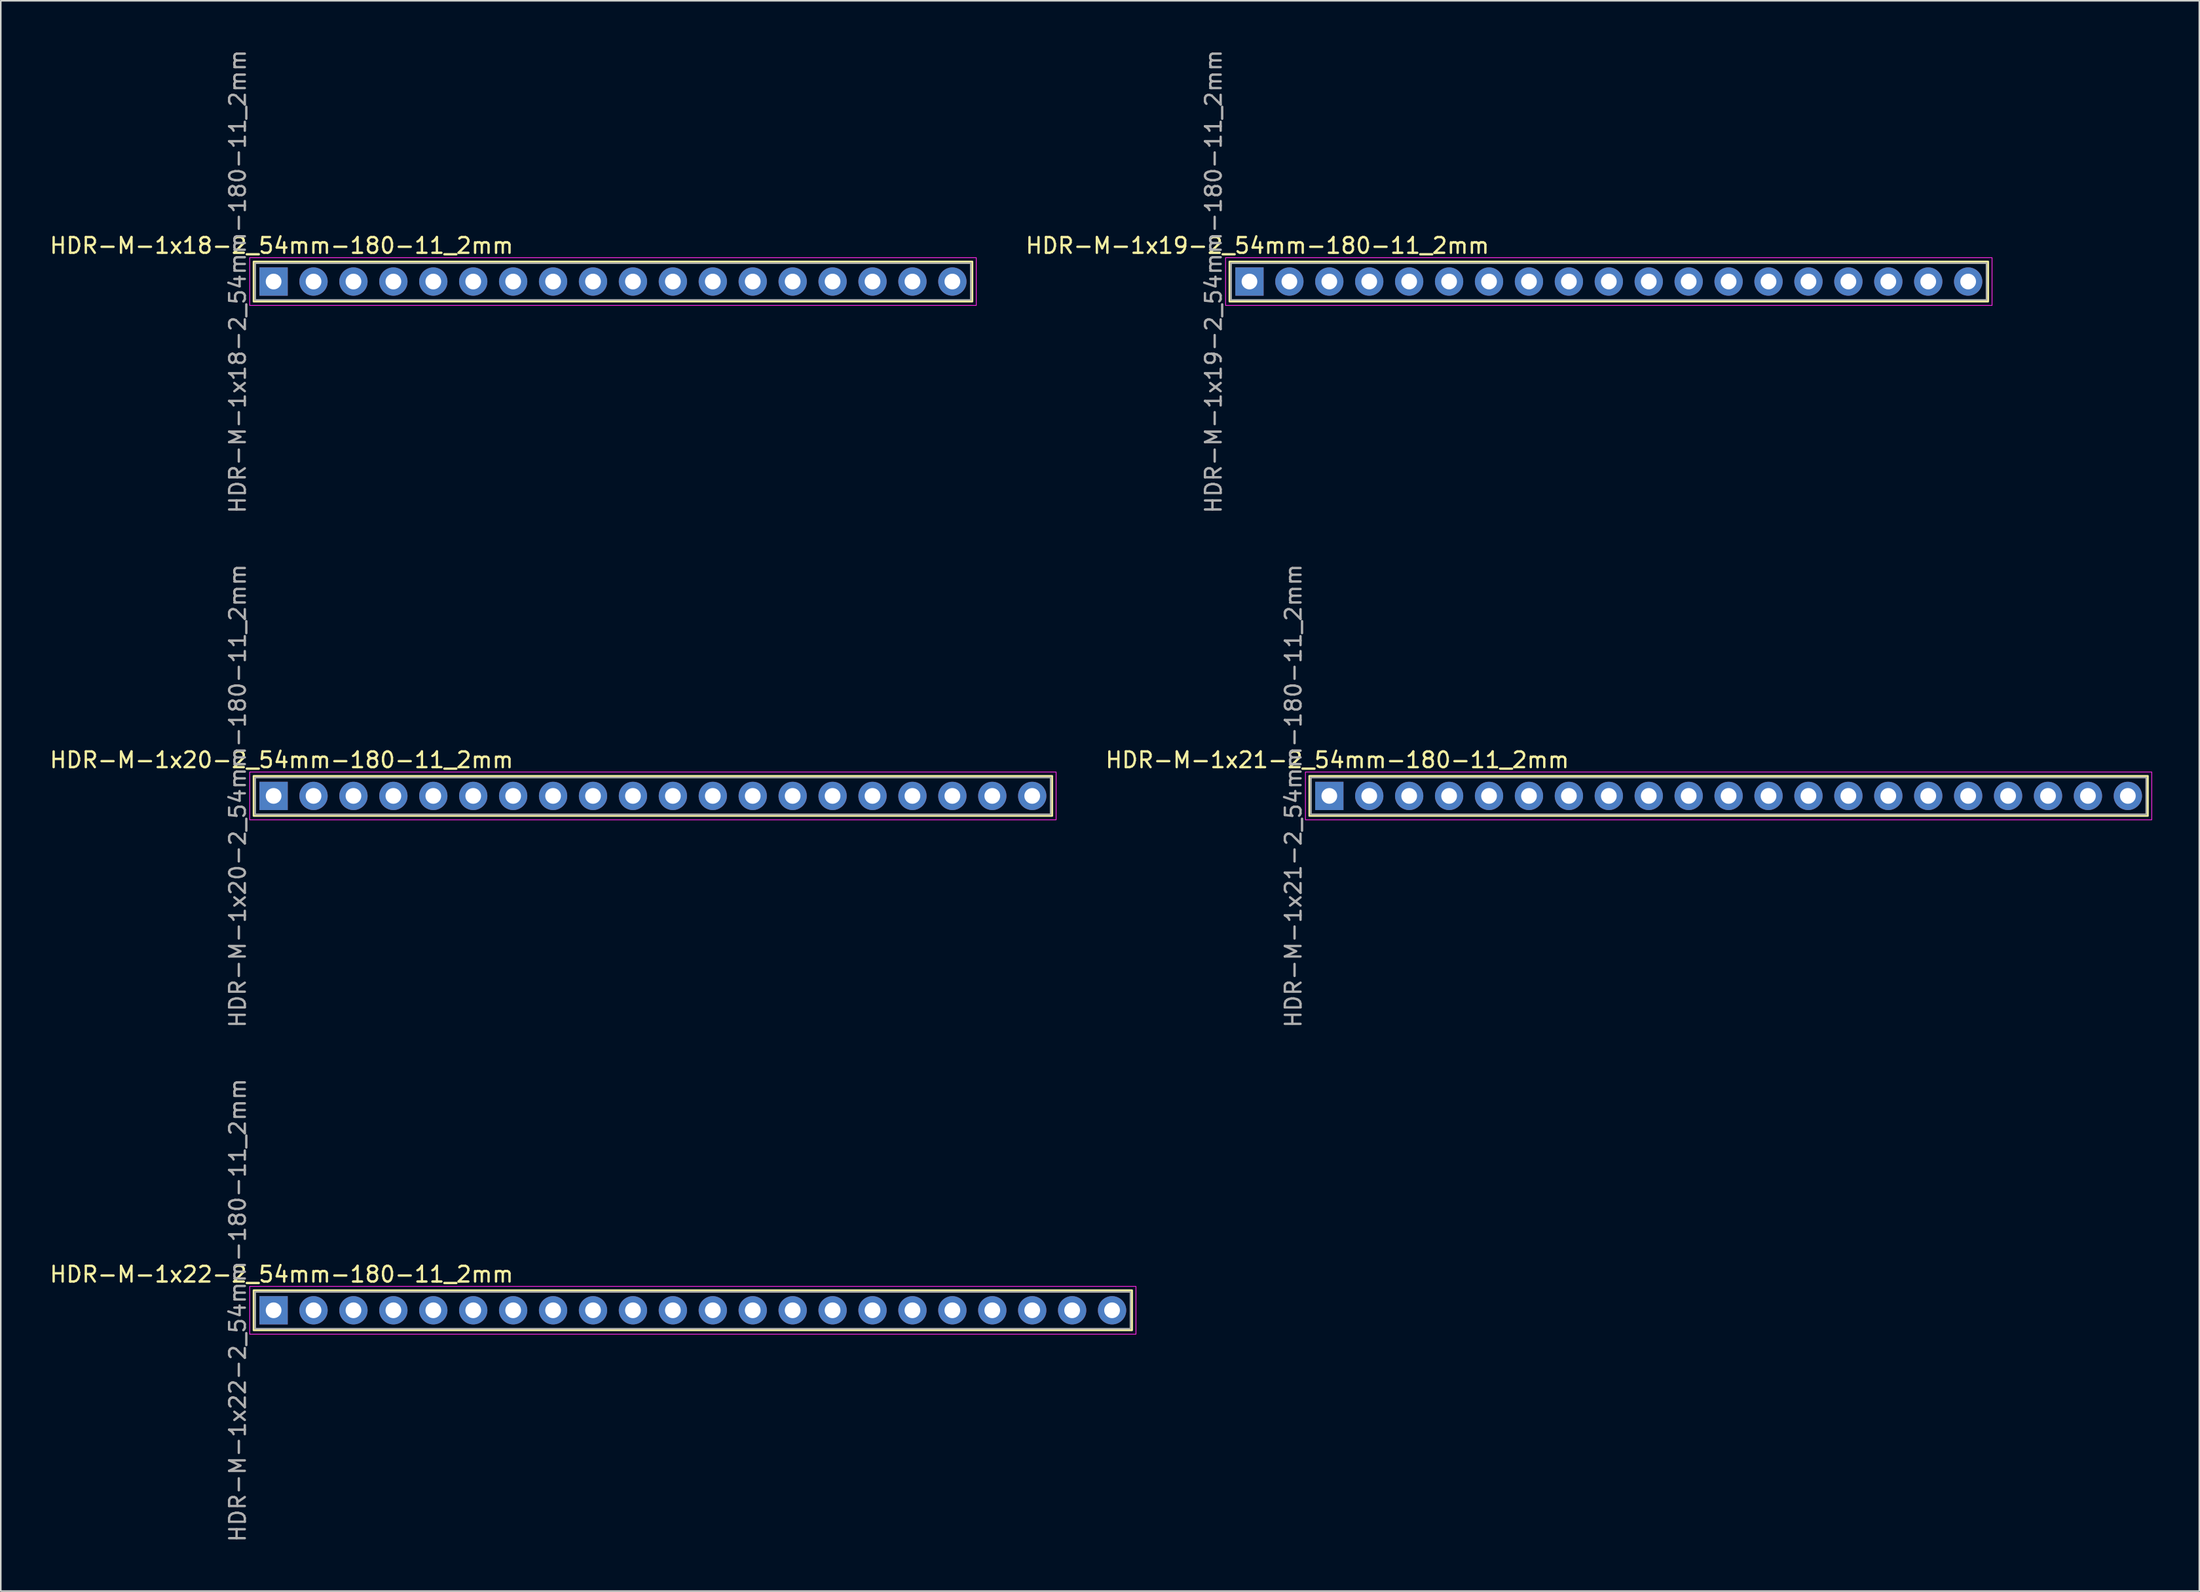
<source format=kicad_pcb>
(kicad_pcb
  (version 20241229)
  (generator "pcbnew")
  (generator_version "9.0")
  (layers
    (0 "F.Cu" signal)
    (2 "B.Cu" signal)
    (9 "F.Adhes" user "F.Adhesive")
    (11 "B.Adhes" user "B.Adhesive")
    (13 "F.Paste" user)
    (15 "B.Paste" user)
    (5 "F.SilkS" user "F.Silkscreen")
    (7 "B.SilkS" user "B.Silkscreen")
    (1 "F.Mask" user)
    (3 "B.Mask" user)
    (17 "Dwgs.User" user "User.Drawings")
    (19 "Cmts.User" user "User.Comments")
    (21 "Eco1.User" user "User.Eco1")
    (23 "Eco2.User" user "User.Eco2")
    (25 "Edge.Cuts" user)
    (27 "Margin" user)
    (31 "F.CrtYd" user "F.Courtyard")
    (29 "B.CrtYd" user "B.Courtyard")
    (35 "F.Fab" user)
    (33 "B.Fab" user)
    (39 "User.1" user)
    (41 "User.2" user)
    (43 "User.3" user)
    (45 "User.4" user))
  (footprint "HDR-M-1x22-2_54mm-180-11_2mm"
    (layer "F.Cu")
    (at 14.355 80.315)
    (property "Reference" "HDR-M-1x22-2_54mm-180-11_2mm" (at 0.508 -2.286 0) (unlocked yes) (layer "F.SilkS") (effects (font (size 1 1) (thickness 0.15))))
    (attr through_hole)
    (fp_rect (start -1.27 -1.27) (end 54.61 1.27) (stroke (width 0.12) (type solid)) (fill no) (layer "F.SilkS"))
    (fp_rect (start -1.52 -1.52) (end 54.86 1.52) (stroke (width 0.05) (type solid)) (fill no) (layer "F.CrtYd"))
    (fp_rect (start -1.17 -1.17) (end 54.51 1.17) (stroke (width 0.1) (type solid)) (fill no) (layer "F.Fab"))
    (fp_text user "${REFERENCE}" (at -2.286 0 90) (unlocked yes) (layer "F.Fab") (effects (font (size 1 1) (thickness 0.15))))
    (pad "1" thru_hole rect (at 0 0) (size 1.8 1.8) (drill 1) (layers "*.Cu" "*.Mask"))
    (pad "2" thru_hole circle (at 2.54 0) (size 1.8 1.8) (drill 1) (layers "*.Cu" "*.Mask"))
    (pad "3" thru_hole circle (at 5.08 0) (size 1.8 1.8) (drill 1) (layers "*.Cu" "*.Mask"))
    (pad "4" thru_hole circle (at 7.62 0) (size 1.8 1.8) (drill 1) (layers "*.Cu" "*.Mask"))
    (pad "5" thru_hole circle (at 10.16 0) (size 1.8 1.8) (drill 1) (layers "*.Cu" "*.Mask"))
    (pad "6" thru_hole circle (at 12.7 0) (size 1.8 1.8) (drill 1) (layers "*.Cu" "*.Mask"))
    (pad "7" thru_hole circle (at 15.24 0) (size 1.8 1.8) (drill 1) (layers "*.Cu" "*.Mask"))
    (pad "8" thru_hole circle (at 17.78 0) (size 1.8 1.8) (drill 1) (layers "*.Cu" "*.Mask"))
    (pad "9" thru_hole circle (at 20.32 0) (size 1.8 1.8) (drill 1) (layers "*.Cu" "*.Mask"))
    (pad "10" thru_hole circle (at 22.86 0) (size 1.8 1.8) (drill 1) (layers "*.Cu" "*.Mask"))
    (pad "11" thru_hole circle (at 25.4 0) (size 1.8 1.8) (drill 1) (layers "*.Cu" "*.Mask"))
    (pad "12" thru_hole circle (at 27.94 0) (size 1.8 1.8) (drill 1) (layers "*.Cu" "*.Mask"))
    (pad "13" thru_hole circle (at 30.48 0) (size 1.8 1.8) (drill 1) (layers "*.Cu" "*.Mask"))
    (pad "14" thru_hole circle (at 33.02 0) (size 1.8 1.8) (drill 1) (layers "*.Cu" "*.Mask"))
    (pad "15" thru_hole circle (at 35.56 0) (size 1.8 1.8) (drill 1) (layers "*.Cu" "*.Mask"))
    (pad "16" thru_hole circle (at 38.1 0) (size 1.8 1.8) (drill 1) (layers "*.Cu" "*.Mask"))
    (pad "17" thru_hole circle (at 40.64 0) (size 1.8 1.8) (drill 1) (layers "*.Cu" "*.Mask"))
    (pad "18" thru_hole circle (at 43.18 0) (size 1.8 1.8) (drill 1) (layers "*.Cu" "*.Mask"))
    (pad "19" thru_hole circle (at 45.72 0) (size 1.8 1.8) (drill 1) (layers "*.Cu" "*.Mask"))
    (pad "20" thru_hole circle (at 48.26 0) (size 1.8 1.8) (drill 1) (layers "*.Cu" "*.Mask"))
    (pad "21" thru_hole circle (at 50.8 0) (size 1.8 1.8) (drill 1) (layers "*.Cu" "*.Mask"))
    (pad "22" thru_hole circle (at 53.34 0) (size 1.8 1.8) (drill 1) (layers "*.Cu" "*.Mask")))
  (footprint "HDR-M-1x20-2_54mm-180-11_2mm"
    (layer "F.Cu")
    (at 14.355 47.589)
    (property "Reference" "HDR-M-1x20-2_54mm-180-11_2mm" (at 0.508 -2.286 0) (unlocked yes) (layer "F.SilkS") (effects (font (size 1 1) (thickness 0.15))))
    (attr through_hole)
    (fp_rect (start -1.27 -1.27) (end 49.53 1.27) (stroke (width 0.12) (type solid)) (fill no) (layer "F.SilkS"))
    (fp_rect (start -1.52 -1.52) (end 49.78 1.52) (stroke (width 0.05) (type solid)) (fill no) (layer "F.CrtYd"))
    (fp_rect (start -1.17 -1.17) (end 49.43 1.17) (stroke (width 0.1) (type solid)) (fill no) (layer "F.Fab"))
    (fp_text user "${REFERENCE}" (at -2.286 0 90) (unlocked yes) (layer "F.Fab") (effects (font (size 1 1) (thickness 0.15))))
    (pad "1" thru_hole rect (at 0 0) (size 1.8 1.8) (drill 1) (layers "*.Cu" "*.Mask"))
    (pad "2" thru_hole circle (at 2.54 0) (size 1.8 1.8) (drill 1) (layers "*.Cu" "*.Mask"))
    (pad "3" thru_hole circle (at 5.08 0) (size 1.8 1.8) (drill 1) (layers "*.Cu" "*.Mask"))
    (pad "4" thru_hole circle (at 7.62 0) (size 1.8 1.8) (drill 1) (layers "*.Cu" "*.Mask"))
    (pad "5" thru_hole circle (at 10.16 0) (size 1.8 1.8) (drill 1) (layers "*.Cu" "*.Mask"))
    (pad "6" thru_hole circle (at 12.7 0) (size 1.8 1.8) (drill 1) (layers "*.Cu" "*.Mask"))
    (pad "7" thru_hole circle (at 15.24 0) (size 1.8 1.8) (drill 1) (layers "*.Cu" "*.Mask"))
    (pad "8" thru_hole circle (at 17.78 0) (size 1.8 1.8) (drill 1) (layers "*.Cu" "*.Mask"))
    (pad "9" thru_hole circle (at 20.32 0) (size 1.8 1.8) (drill 1) (layers "*.Cu" "*.Mask"))
    (pad "10" thru_hole circle (at 22.86 0) (size 1.8 1.8) (drill 1) (layers "*.Cu" "*.Mask"))
    (pad "11" thru_hole circle (at 25.4 0) (size 1.8 1.8) (drill 1) (layers "*.Cu" "*.Mask"))
    (pad "12" thru_hole circle (at 27.94 0) (size 1.8 1.8) (drill 1) (layers "*.Cu" "*.Mask"))
    (pad "13" thru_hole circle (at 30.48 0) (size 1.8 1.8) (drill 1) (layers "*.Cu" "*.Mask"))
    (pad "14" thru_hole circle (at 33.02 0) (size 1.8 1.8) (drill 1) (layers "*.Cu" "*.Mask"))
    (pad "15" thru_hole circle (at 35.56 0) (size 1.8 1.8) (drill 1) (layers "*.Cu" "*.Mask"))
    (pad "16" thru_hole circle (at 38.1 0) (size 1.8 1.8) (drill 1) (layers "*.Cu" "*.Mask"))
    (pad "17" thru_hole circle (at 40.64 0) (size 1.8 1.8) (drill 1) (layers "*.Cu" "*.Mask"))
    (pad "18" thru_hole circle (at 43.18 0) (size 1.8 1.8) (drill 1) (layers "*.Cu" "*.Mask"))
    (pad "19" thru_hole circle (at 45.72 0) (size 1.8 1.8) (drill 1) (layers "*.Cu" "*.Mask"))
    (pad "20" thru_hole circle (at 48.26 0) (size 1.8 1.8) (drill 1) (layers "*.Cu" "*.Mask")))
  (footprint "HDR-M-1x19-2_54mm-180-11_2mm"
    (layer "F.Cu")
    (at 76.435 14.863)
    (property "Reference" "HDR-M-1x19-2_54mm-180-11_2mm" (at 0.508 -2.286 0) (unlocked yes) (layer "F.SilkS") (effects (font (size 1 1) (thickness 0.15))))
    (attr through_hole)
    (fp_rect (start -1.27 -1.27) (end 46.99 1.27) (stroke (width 0.12) (type solid)) (fill no) (layer "F.SilkS"))
    (fp_rect (start -1.52 -1.52) (end 47.24 1.52) (stroke (width 0.05) (type solid)) (fill no) (layer "F.CrtYd"))
    (fp_rect (start -1.17 -1.17) (end 46.89 1.17) (stroke (width 0.1) (type solid)) (fill no) (layer "F.Fab"))
    (fp_text user "${REFERENCE}" (at -2.286 0 90) (unlocked yes) (layer "F.Fab") (effects (font (size 1 1) (thickness 0.15))))
    (pad "1" thru_hole rect (at 0 0) (size 1.8 1.8) (drill 1) (layers "*.Cu" "*.Mask"))
    (pad "2" thru_hole circle (at 2.54 0) (size 1.8 1.8) (drill 1) (layers "*.Cu" "*.Mask"))
    (pad "3" thru_hole circle (at 5.08 0) (size 1.8 1.8) (drill 1) (layers "*.Cu" "*.Mask"))
    (pad "4" thru_hole circle (at 7.62 0) (size 1.8 1.8) (drill 1) (layers "*.Cu" "*.Mask"))
    (pad "5" thru_hole circle (at 10.16 0) (size 1.8 1.8) (drill 1) (layers "*.Cu" "*.Mask"))
    (pad "6" thru_hole circle (at 12.7 0) (size 1.8 1.8) (drill 1) (layers "*.Cu" "*.Mask"))
    (pad "7" thru_hole circle (at 15.24 0) (size 1.8 1.8) (drill 1) (layers "*.Cu" "*.Mask"))
    (pad "8" thru_hole circle (at 17.78 0) (size 1.8 1.8) (drill 1) (layers "*.Cu" "*.Mask"))
    (pad "9" thru_hole circle (at 20.32 0) (size 1.8 1.8) (drill 1) (layers "*.Cu" "*.Mask"))
    (pad "10" thru_hole circle (at 22.86 0) (size 1.8 1.8) (drill 1) (layers "*.Cu" "*.Mask"))
    (pad "11" thru_hole circle (at 25.4 0) (size 1.8 1.8) (drill 1) (layers "*.Cu" "*.Mask"))
    (pad "12" thru_hole circle (at 27.94 0) (size 1.8 1.8) (drill 1) (layers "*.Cu" "*.Mask"))
    (pad "13" thru_hole circle (at 30.48 0) (size 1.8 1.8) (drill 1) (layers "*.Cu" "*.Mask"))
    (pad "14" thru_hole circle (at 33.02 0) (size 1.8 1.8) (drill 1) (layers "*.Cu" "*.Mask"))
    (pad "15" thru_hole circle (at 35.56 0) (size 1.8 1.8) (drill 1) (layers "*.Cu" "*.Mask"))
    (pad "16" thru_hole circle (at 38.1 0) (size 1.8 1.8) (drill 1) (layers "*.Cu" "*.Mask"))
    (pad "17" thru_hole circle (at 40.64 0) (size 1.8 1.8) (drill 1) (layers "*.Cu" "*.Mask"))
    (pad "18" thru_hole circle (at 43.18 0) (size 1.8 1.8) (drill 1) (layers "*.Cu" "*.Mask"))
    (pad "19" thru_hole circle (at 45.72 0) (size 1.8 1.8) (drill 1) (layers "*.Cu" "*.Mask")))
  (footprint "HDR-M-1x21-2_54mm-180-11_2mm"
    (layer "F.Cu")
    (at 81.515 47.589)
    (property "Reference" "HDR-M-1x21-2_54mm-180-11_2mm" (at 0.508 -2.286 0) (unlocked yes) (layer "F.SilkS") (effects (font (size 1 1) (thickness 0.15))))
    (attr through_hole)
    (fp_rect (start -1.27 -1.27) (end 52.07 1.27) (stroke (width 0.12) (type solid)) (fill no) (layer "F.SilkS"))
    (fp_rect (start -1.52 -1.52) (end 52.32 1.52) (stroke (width 0.05) (type solid)) (fill no) (layer "F.CrtYd"))
    (fp_rect (start -1.17 -1.17) (end 51.97 1.17) (stroke (width 0.1) (type solid)) (fill no) (layer "F.Fab"))
    (fp_text user "${REFERENCE}" (at -2.286 0 90) (unlocked yes) (layer "F.Fab") (effects (font (size 1 1) (thickness 0.15))))
    (pad "1" thru_hole rect (at 0 0) (size 1.8 1.8) (drill 1) (layers "*.Cu" "*.Mask"))
    (pad "2" thru_hole circle (at 2.54 0) (size 1.8 1.8) (drill 1) (layers "*.Cu" "*.Mask"))
    (pad "3" thru_hole circle (at 5.08 0) (size 1.8 1.8) (drill 1) (layers "*.Cu" "*.Mask"))
    (pad "4" thru_hole circle (at 7.62 0) (size 1.8 1.8) (drill 1) (layers "*.Cu" "*.Mask"))
    (pad "5" thru_hole circle (at 10.16 0) (size 1.8 1.8) (drill 1) (layers "*.Cu" "*.Mask"))
    (pad "6" thru_hole circle (at 12.7 0) (size 1.8 1.8) (drill 1) (layers "*.Cu" "*.Mask"))
    (pad "7" thru_hole circle (at 15.24 0) (size 1.8 1.8) (drill 1) (layers "*.Cu" "*.Mask"))
    (pad "8" thru_hole circle (at 17.78 0) (size 1.8 1.8) (drill 1) (layers "*.Cu" "*.Mask"))
    (pad "9" thru_hole circle (at 20.32 0) (size 1.8 1.8) (drill 1) (layers "*.Cu" "*.Mask"))
    (pad "10" thru_hole circle (at 22.86 0) (size 1.8 1.8) (drill 1) (layers "*.Cu" "*.Mask"))
    (pad "11" thru_hole circle (at 25.4 0) (size 1.8 1.8) (drill 1) (layers "*.Cu" "*.Mask"))
    (pad "12" thru_hole circle (at 27.94 0) (size 1.8 1.8) (drill 1) (layers "*.Cu" "*.Mask"))
    (pad "13" thru_hole circle (at 30.48 0) (size 1.8 1.8) (drill 1) (layers "*.Cu" "*.Mask"))
    (pad "14" thru_hole circle (at 33.02 0) (size 1.8 1.8) (drill 1) (layers "*.Cu" "*.Mask"))
    (pad "15" thru_hole circle (at 35.56 0) (size 1.8 1.8) (drill 1) (layers "*.Cu" "*.Mask"))
    (pad "16" thru_hole circle (at 38.1 0) (size 1.8 1.8) (drill 1) (layers "*.Cu" "*.Mask"))
    (pad "17" thru_hole circle (at 40.64 0) (size 1.8 1.8) (drill 1) (layers "*.Cu" "*.Mask"))
    (pad "18" thru_hole circle (at 43.18 0) (size 1.8 1.8) (drill 1) (layers "*.Cu" "*.Mask"))
    (pad "19" thru_hole circle (at 45.72 0) (size 1.8 1.8) (drill 1) (layers "*.Cu" "*.Mask"))
    (pad "20" thru_hole circle (at 48.26 0) (size 1.8 1.8) (drill 1) (layers "*.Cu" "*.Mask"))
    (pad "21" thru_hole circle (at 50.8 0) (size 1.8 1.8) (drill 1) (layers "*.Cu" "*.Mask")))
  (footprint "HDR-M-1x18-2_54mm-180-11_2mm"
    (layer "F.Cu")
    (at 14.355 14.863)
    (property "Reference" "HDR-M-1x18-2_54mm-180-11_2mm" (at 0.508 -2.286 0) (unlocked yes) (layer "F.SilkS") (effects (font (size 1 1) (thickness 0.15))))
    (attr through_hole)
    (fp_rect (start -1.27 -1.27) (end 44.45 1.27) (stroke (width 0.12) (type solid)) (fill no) (layer "F.SilkS"))
    (fp_rect (start -1.52 -1.52) (end 44.7 1.52) (stroke (width 0.05) (type solid)) (fill no) (layer "F.CrtYd"))
    (fp_rect (start -1.17 -1.17) (end 44.35 1.17) (stroke (width 0.1) (type solid)) (fill no) (layer "F.Fab"))
    (fp_text user "${REFERENCE}" (at -2.286 0 90) (unlocked yes) (layer "F.Fab") (effects (font (size 1 1) (thickness 0.15))))
    (pad "1" thru_hole rect (at 0 0) (size 1.8 1.8) (drill 1) (layers "*.Cu" "*.Mask"))
    (pad "2" thru_hole circle (at 2.54 0) (size 1.8 1.8) (drill 1) (layers "*.Cu" "*.Mask"))
    (pad "3" thru_hole circle (at 5.08 0) (size 1.8 1.8) (drill 1) (layers "*.Cu" "*.Mask"))
    (pad "4" thru_hole circle (at 7.62 0) (size 1.8 1.8) (drill 1) (layers "*.Cu" "*.Mask"))
    (pad "5" thru_hole circle (at 10.16 0) (size 1.8 1.8) (drill 1) (layers "*.Cu" "*.Mask"))
    (pad "6" thru_hole circle (at 12.7 0) (size 1.8 1.8) (drill 1) (layers "*.Cu" "*.Mask"))
    (pad "7" thru_hole circle (at 15.24 0) (size 1.8 1.8) (drill 1) (layers "*.Cu" "*.Mask"))
    (pad "8" thru_hole circle (at 17.78 0) (size 1.8 1.8) (drill 1) (layers "*.Cu" "*.Mask"))
    (pad "9" thru_hole circle (at 20.32 0) (size 1.8 1.8) (drill 1) (layers "*.Cu" "*.Mask"))
    (pad "10" thru_hole circle (at 22.86 0) (size 1.8 1.8) (drill 1) (layers "*.Cu" "*.Mask"))
    (pad "11" thru_hole circle (at 25.4 0) (size 1.8 1.8) (drill 1) (layers "*.Cu" "*.Mask"))
    (pad "12" thru_hole circle (at 27.94 0) (size 1.8 1.8) (drill 1) (layers "*.Cu" "*.Mask"))
    (pad "13" thru_hole circle (at 30.48 0) (size 1.8 1.8) (drill 1) (layers "*.Cu" "*.Mask"))
    (pad "14" thru_hole circle (at 33.02 0) (size 1.8 1.8) (drill 1) (layers "*.Cu" "*.Mask"))
    (pad "15" thru_hole circle (at 35.56 0) (size 1.8 1.8) (drill 1) (layers "*.Cu" "*.Mask"))
    (pad "16" thru_hole circle (at 38.1 0) (size 1.8 1.8) (drill 1) (layers "*.Cu" "*.Mask"))
    (pad "17" thru_hole circle (at 40.64 0) (size 1.8 1.8) (drill 1) (layers "*.Cu" "*.Mask"))
    (pad "18" thru_hole circle (at 43.18 0) (size 1.8 1.8) (drill 1) (layers "*.Cu" "*.Mask")))
  (gr_rect
    (start -3 -3)
    (end 136.86 98.179)
    (stroke (width 0.1) (type default))
    (fill no)
    (layer "Edge.Cuts")))
</source>
